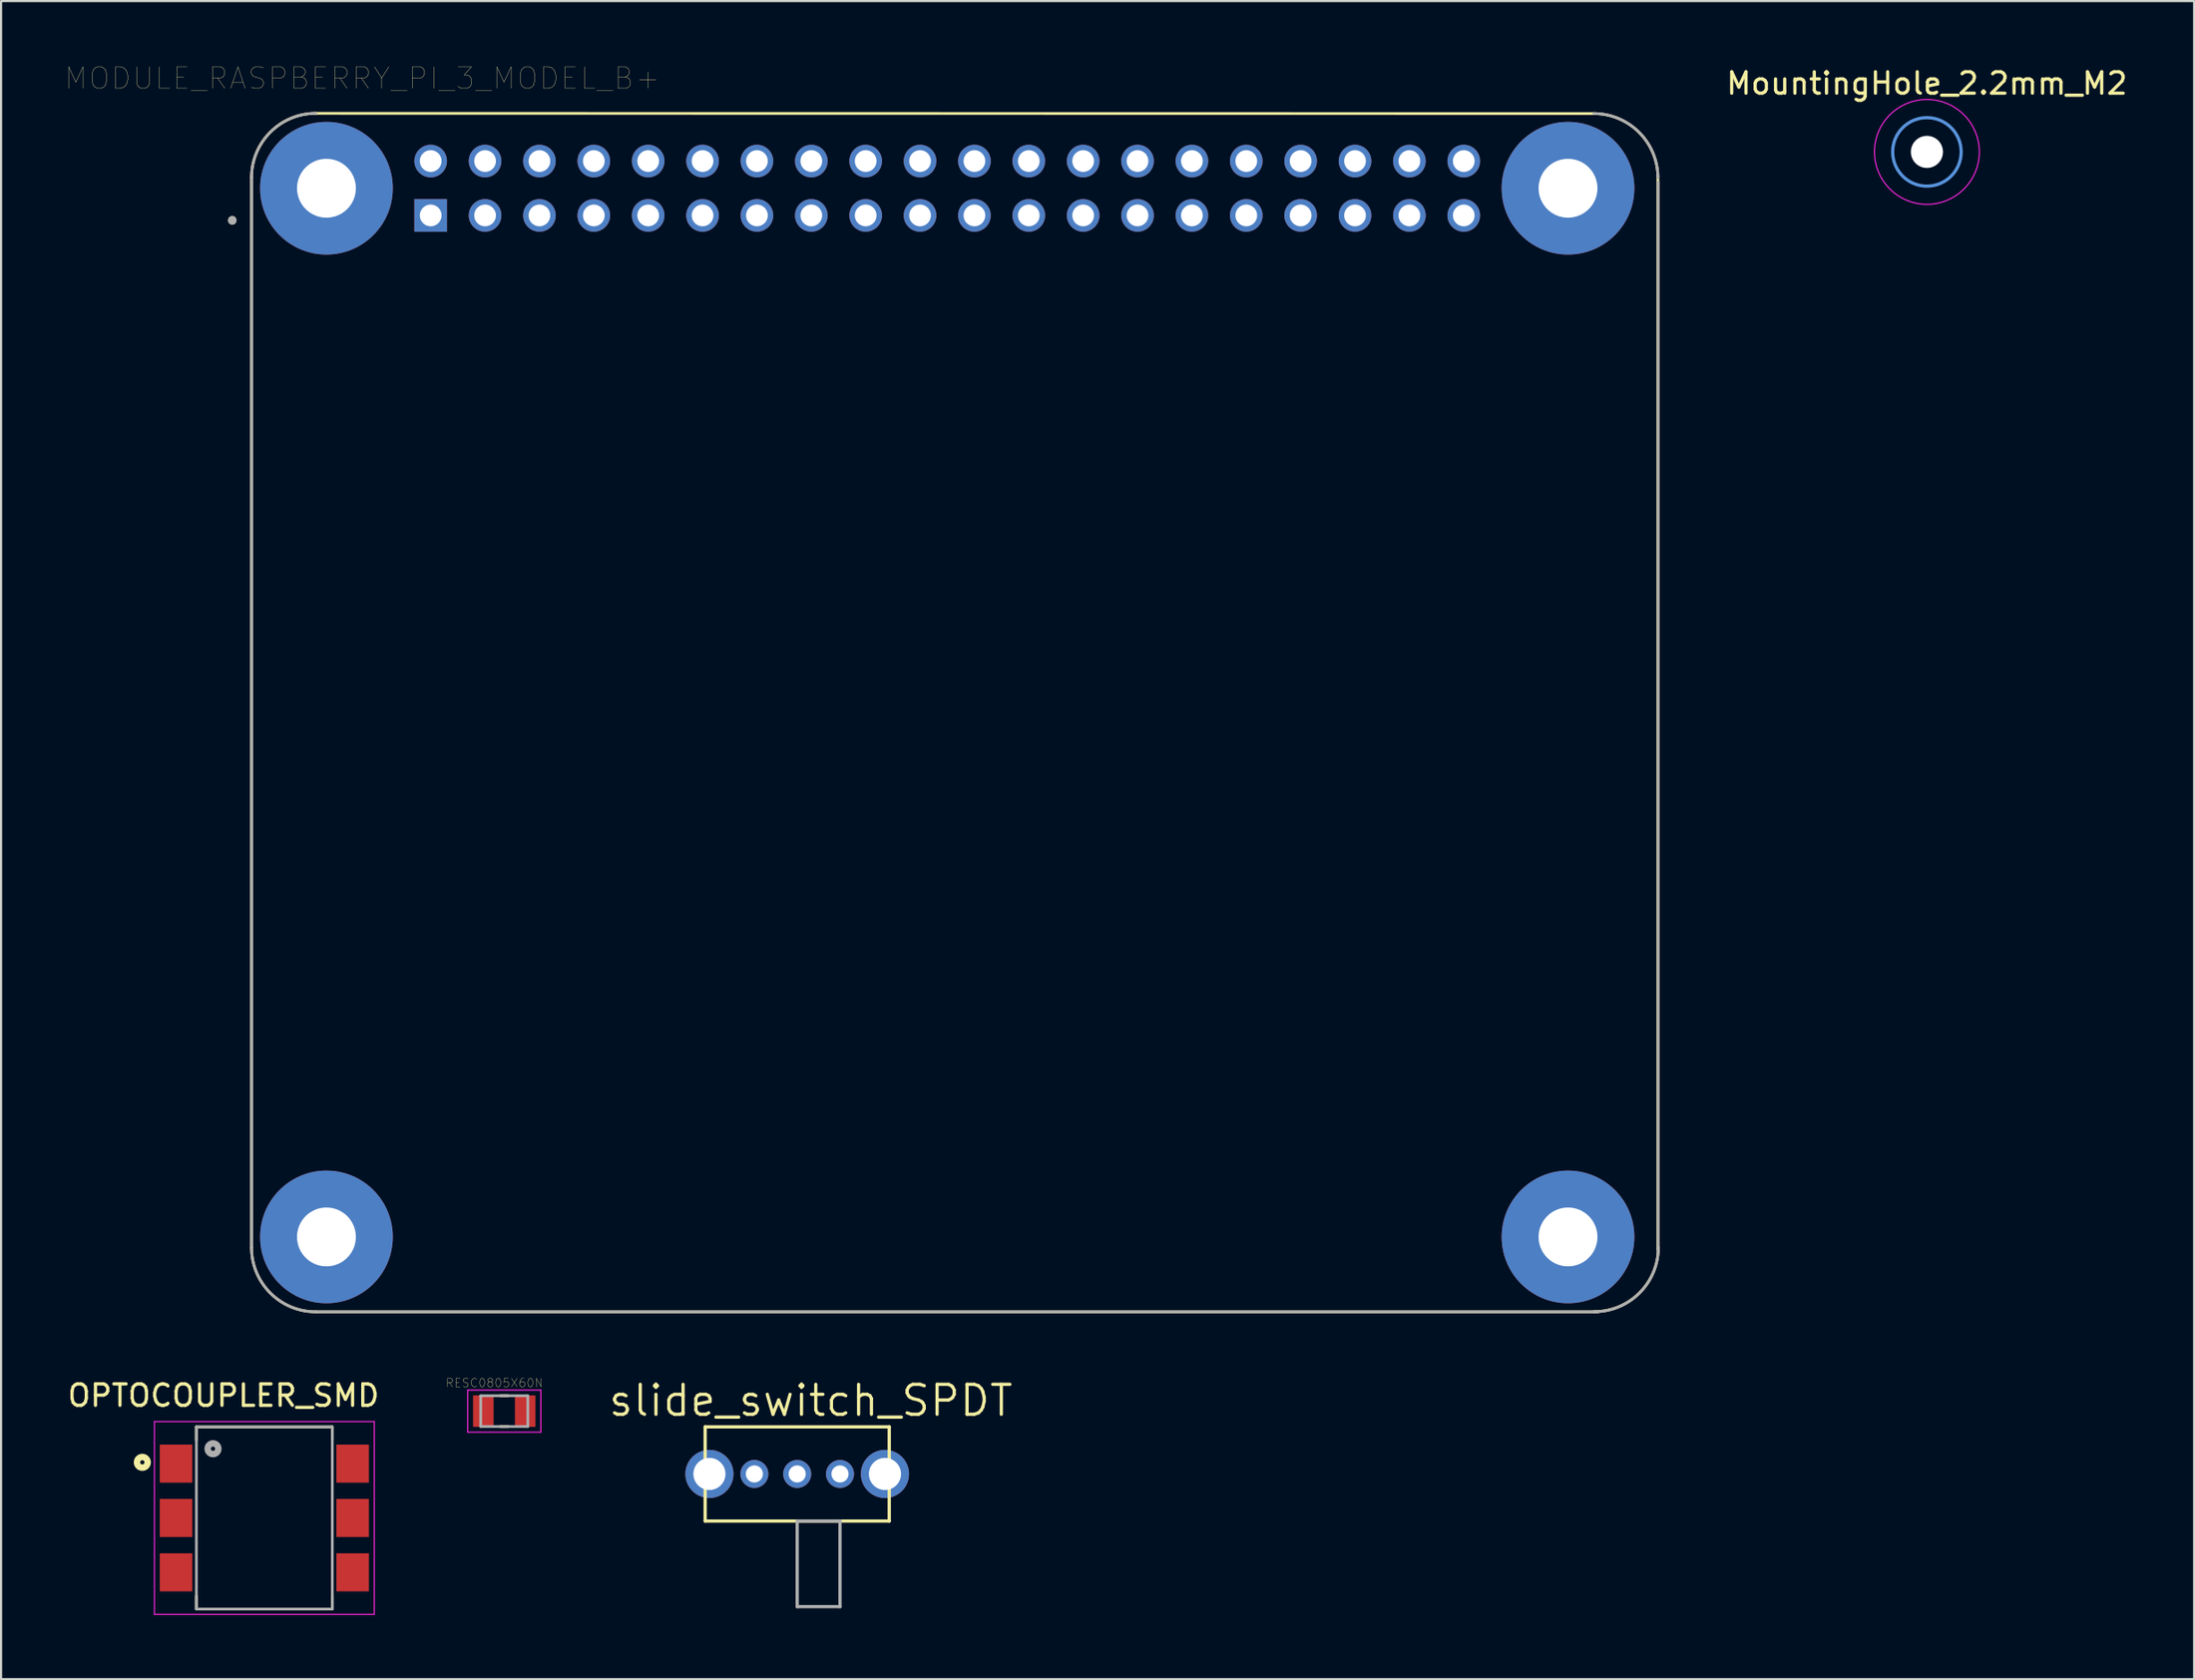
<source format=kicad_pcb>
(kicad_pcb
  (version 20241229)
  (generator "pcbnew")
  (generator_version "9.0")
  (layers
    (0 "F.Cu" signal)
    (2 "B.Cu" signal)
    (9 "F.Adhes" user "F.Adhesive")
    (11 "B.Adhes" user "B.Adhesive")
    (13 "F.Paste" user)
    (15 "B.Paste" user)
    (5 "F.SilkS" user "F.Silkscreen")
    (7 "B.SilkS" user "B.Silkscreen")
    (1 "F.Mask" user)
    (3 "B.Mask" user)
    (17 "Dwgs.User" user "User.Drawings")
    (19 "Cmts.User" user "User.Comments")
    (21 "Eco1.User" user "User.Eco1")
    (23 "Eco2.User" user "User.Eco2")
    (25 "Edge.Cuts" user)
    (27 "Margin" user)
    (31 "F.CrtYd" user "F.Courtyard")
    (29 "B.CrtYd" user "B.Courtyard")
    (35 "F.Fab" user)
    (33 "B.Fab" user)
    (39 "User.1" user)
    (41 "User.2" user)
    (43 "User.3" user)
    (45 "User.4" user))
  (footprint "MODULE_RASPBERRY_PI_3_MODEL_B+"
    (layer "F.Cu")
    (at 51.2 30.246)
    (property "Reference" "MODULE_RASPBERRY_PI_3_MODEL_B+" (at -37.325 -29.635 0) (layer "F.SilkS") (effects (font (size 1 1) (thickness 0.015))))
    (attr through_hole)
    (fp_line (start -42.5 -25) (end -42.5 25) (stroke (width 0.127) (type solid)) (layer "F.SilkS"))
    (fp_line (start -39.5 28) (end 20.38 28) (stroke (width 0.127) (type solid)) (layer "F.SilkS"))
    (fp_line (start 20.24 -27.99) (end -39.5 -28) (stroke (width 0.127) (type solid)) (layer "F.SilkS"))
    (fp_line (start 23.2 25.08) (end 23.2 -24.92) (stroke (width 0.127) (type solid)) (layer "F.SilkS"))
    (fp_arc (start -42.5 -25) (mid -41.62132 -27.12132) (end -39.5 -28) (stroke (width 0.127) (type solid)) (layer "F.SilkS"))
    (fp_arc (start -39.5 28) (mid -41.62132 27.12132) (end -42.5 25) (stroke (width 0.127) (type solid)) (layer "F.SilkS"))
    (fp_arc (start 20.2 -27.99) (mid 22.32132 -27.11132) (end 23.2 -24.99) (stroke (width 0.127) (type solid)) (layer "F.SilkS"))
    (fp_arc (start 23.22 24.99) (mid 22.34132 27.11132) (end 20.22 27.99) (stroke (width 0.127) (type solid)) (layer "F.SilkS"))
    (fp_circle (center -43.4 -23) (end -43.3 -23) (stroke (width 0.2) (type solid)) (fill no) (layer "F.SilkS"))
    (fp_line (start -42.5 -25) (end -42.5 25) (stroke (width 0.127) (type solid)) (layer "F.Fab"))
    (fp_line (start -39.5 28) (end 20.41 28) (stroke (width 0.127) (type solid)) (layer "F.Fab"))
    (fp_line (start 23.21 25.21) (end 23.21 -24.79) (stroke (width 0.127) (type solid)) (layer "F.Fab"))
    (fp_arc (start -42.5 -25) (mid -41.62132 -27.12132) (end -39.5 -28) (stroke (width 0.127) (type solid)) (layer "F.Fab"))
    (fp_arc (start -39.5 28) (mid -41.62132 27.12132) (end -42.5 25) (stroke (width 0.127) (type solid)) (layer "F.Fab"))
    (fp_arc (start 20.2 -27.99) (mid 22.32132 -27.11132) (end 23.2 -24.99) (stroke (width 0.127) (type solid)) (layer "F.Fab"))
    (fp_arc (start 23.22 25) (mid 22.34132 27.12132) (end 20.22 28) (stroke (width 0.127) (type solid)) (layer "F.Fab"))
    (fp_circle (center -43.4 -23) (end -43.3 -23) (stroke (width 0.2) (type solid)) (fill no) (layer "F.Fab"))
    (pad "1" thru_hole rect (at -34.13 -23.23) (size 1.524 1.524) (drill 1.016) (layers "*.Cu" "*.Mask"))
    (pad "2" thru_hole circle (at -34.13 -25.77) (size 1.524 1.524) (drill 1.016) (layers "*.Cu" "*.Mask"))
    (pad "3" thru_hole circle (at -31.59 -23.23) (size 1.524 1.524) (drill 1.016) (layers "*.Cu" "*.Mask"))
    (pad "4" thru_hole circle (at -31.59 -25.77) (size 1.524 1.524) (drill 1.016) (layers "*.Cu" "*.Mask"))
    (pad "5" thru_hole circle (at -29.05 -23.23) (size 1.524 1.524) (drill 1.016) (layers "*.Cu" "*.Mask"))
    (pad "6" thru_hole circle (at -29.05 -25.77) (size 1.524 1.524) (drill 1.016) (layers "*.Cu" "*.Mask"))
    (pad "7" thru_hole circle (at -26.51 -23.23) (size 1.524 1.524) (drill 1.016) (layers "*.Cu" "*.Mask"))
    (pad "8" thru_hole circle (at -26.51 -25.77) (size 1.524 1.524) (drill 1.016) (layers "*.Cu" "*.Mask"))
    (pad "9" thru_hole circle (at -23.97 -23.23) (size 1.524 1.524) (drill 1.016) (layers "*.Cu" "*.Mask"))
    (pad "10" thru_hole circle (at -23.97 -25.77) (size 1.524 1.524) (drill 1.016) (layers "*.Cu" "*.Mask"))
    (pad "11" thru_hole circle (at -21.43 -23.23) (size 1.524 1.524) (drill 1.016) (layers "*.Cu" "*.Mask"))
    (pad "12" thru_hole circle (at -21.43 -25.77) (size 1.524 1.524) (drill 1.016) (layers "*.Cu" "*.Mask"))
    (pad "13" thru_hole circle (at -18.89 -23.23) (size 1.524 1.524) (drill 1.016) (layers "*.Cu" "*.Mask"))
    (pad "14" thru_hole circle (at -18.89 -25.77) (size 1.524 1.524) (drill 1.016) (layers "*.Cu" "*.Mask"))
    (pad "15" thru_hole circle (at -16.35 -23.23) (size 1.524 1.524) (drill 1.016) (layers "*.Cu" "*.Mask"))
    (pad "16" thru_hole circle (at -16.35 -25.77) (size 1.524 1.524) (drill 1.016) (layers "*.Cu" "*.Mask"))
    (pad "17" thru_hole circle (at -13.81 -23.23) (size 1.524 1.524) (drill 1.016) (layers "*.Cu" "*.Mask"))
    (pad "18" thru_hole circle (at -13.81 -25.77) (size 1.524 1.524) (drill 1.016) (layers "*.Cu" "*.Mask"))
    (pad "19" thru_hole circle (at -11.27 -23.23) (size 1.524 1.524) (drill 1.016) (layers "*.Cu" "*.Mask"))
    (pad "20" thru_hole circle (at -11.27 -25.77) (size 1.524 1.524) (drill 1.016) (layers "*.Cu" "*.Mask"))
    (pad "21" thru_hole circle (at -8.73 -23.23) (size 1.524 1.524) (drill 1.016) (layers "*.Cu" "*.Mask"))
    (pad "22" thru_hole circle (at -8.73 -25.77) (size 1.524 1.524) (drill 1.016) (layers "*.Cu" "*.Mask"))
    (pad "23" thru_hole circle (at -6.19 -23.23) (size 1.524 1.524) (drill 1.016) (layers "*.Cu" "*.Mask"))
    (pad "24" thru_hole circle (at -6.19 -25.77) (size 1.524 1.524) (drill 1.016) (layers "*.Cu" "*.Mask"))
    (pad "25" thru_hole circle (at -3.65 -23.23) (size 1.524 1.524) (drill 1.016) (layers "*.Cu" "*.Mask"))
    (pad "26" thru_hole circle (at -3.65 -25.77) (size 1.524 1.524) (drill 1.016) (layers "*.Cu" "*.Mask"))
    (pad "27" thru_hole circle (at -1.11 -23.23) (size 1.524 1.524) (drill 1.016) (layers "*.Cu" "*.Mask"))
    (pad "28" thru_hole circle (at -1.11 -25.77) (size 1.524 1.524) (drill 1.016) (layers "*.Cu" "*.Mask"))
    (pad "29" thru_hole circle (at 1.43 -23.23) (size 1.524 1.524) (drill 1.016) (layers "*.Cu" "*.Mask"))
    (pad "30" thru_hole circle (at 1.43 -25.77) (size 1.524 1.524) (drill 1.016) (layers "*.Cu" "*.Mask"))
    (pad "31" thru_hole circle (at 3.97 -23.23) (size 1.524 1.524) (drill 1.016) (layers "*.Cu" "*.Mask"))
    (pad "32" thru_hole circle (at 3.97 -25.77) (size 1.524 1.524) (drill 1.016) (layers "*.Cu" "*.Mask"))
    (pad "33" thru_hole circle (at 6.51 -23.23) (size 1.524 1.524) (drill 1.016) (layers "*.Cu" "*.Mask"))
    (pad "34" thru_hole circle (at 6.51 -25.77) (size 1.524 1.524) (drill 1.016) (layers "*.Cu" "*.Mask"))
    (pad "35" thru_hole circle (at 9.05 -23.23) (size 1.524 1.524) (drill 1.016) (layers "*.Cu" "*.Mask"))
    (pad "36" thru_hole circle (at 9.05 -25.77) (size 1.524 1.524) (drill 1.016) (layers "*.Cu" "*.Mask"))
    (pad "37" thru_hole circle (at 11.59 -23.23) (size 1.524 1.524) (drill 1.016) (layers "*.Cu" "*.Mask"))
    (pad "38" thru_hole circle (at 11.59 -25.77) (size 1.524 1.524) (drill 1.016) (layers "*.Cu" "*.Mask"))
    (pad "39" thru_hole circle (at 14.13 -23.23) (size 1.524 1.524) (drill 1.016) (layers "*.Cu" "*.Mask"))
    (pad "40" thru_hole circle (at 14.13 -25.77) (size 1.524 1.524) (drill 1.016) (layers "*.Cu" "*.Mask"))
    (pad "S1" thru_hole circle (at -39 -24.5) (size 6.2 6.2) (drill 2.75) (layers "*.Cu" "*.Mask"))
    (pad "S2" thru_hole circle (at 19 -24.5) (size 6.2 6.2) (drill 2.75) (layers "*.Cu" "*.Mask"))
    (pad "S3" thru_hole circle (at 19 24.5) (size 6.2 6.2) (drill 2.75) (layers "*.Cu" "*.Mask"))
    (pad "S4" thru_hole circle (at -39 24.5) (size 6.2 6.2) (drill 2.75) (layers "*.Cu" "*.Mask")))
  (footprint "MountingHole_2.2mm_M2"
    (layer "F.Cu")
    (at 86.966 4.048)
    (property "Reference" "MountingHole_2.2mm_M2" (at 0 -3.2 0) (layer "F.SilkS") (effects (font (size 1 1) (thickness 0.15))))
    (attr exclude_from_pos_files exclude_from_bom)
    (fp_circle (center 0 0) (end 1.6 0) (stroke (width 0.15) (type solid)) (fill no) (layer "Cmts.User"))
    (fp_circle (center 0 0) (end 2.45 0) (stroke (width 0.05) (type solid)) (fill no) (layer "F.CrtYd"))
    (pad "" np_thru_hole circle (at 0 0) (size 1.5 1.5) (drill 1.5) (layers "*.Cu" "*.Mask")))
  (footprint "RESC0805X60N"
    (layer "F.Cu")
    (at 20.507 62.886)
    (property "Reference" "RESC0805X60N" (at -0.46 -1.32 0) (layer "F.SilkS") (effects (font (size 0.394 0.394) (thickness 0.015))))
    (attr through_hole)
    (fp_line (start -0.18 -0.72) (end 0.18 -0.72) (stroke (width 0.127) (type solid)) (layer "F.SilkS"))
    (fp_line (start -0.18 0.72) (end 0.18 0.72) (stroke (width 0.127) (type solid)) (layer "F.SilkS"))
    (fp_line (start -1.708 -0.983) (end 1.708 -0.983) (stroke (width 0.05) (type solid)) (layer "F.CrtYd"))
    (fp_line (start -1.708 0.983) (end -1.708 -0.983) (stroke (width 0.05) (type solid)) (layer "F.CrtYd"))
    (fp_line (start -1.708 0.983) (end 1.708 0.983) (stroke (width 0.05) (type solid)) (layer "F.CrtYd"))
    (fp_line (start 1.708 0.983) (end 1.708 -0.983) (stroke (width 0.05) (type solid)) (layer "F.CrtYd"))
    (fp_line (start -1.1 0.72) (end -1.1 -0.72) (stroke (width 0.127) (type solid)) (layer "F.Fab"))
    (fp_line (start 1.1 -0.72) (end -1.1 -0.72) (stroke (width 0.127) (type solid)) (layer "F.Fab"))
    (fp_line (start 1.1 0.72) (end -1.1 0.72) (stroke (width 0.127) (type solid)) (layer "F.Fab"))
    (fp_line (start 1.1 0.72) (end 1.1 -0.72) (stroke (width 0.127) (type solid)) (layer "F.Fab"))
    (pad "1" smd rect (at -0.978 0) (size 0.96 1.47) (layers "F.Cu" "F.Mask" "F.Paste"))
    (pad "2" smd rect (at 0.978 0) (size 0.96 1.47) (layers "F.Cu" "F.Mask" "F.Paste")))
  (footprint "slide_switch_SPDT"
    (layer "F.Cu")
    (at 34.191 65.821)
    (property "Reference" "slide_switch_SPDT" (at 0.635 -3.429 0) (layer "F.SilkS") (effects (font (size 1.4 1.4) (thickness 0.15))))
    (attr through_hole)
    (fp_line (start -4.3 -2.2) (end -4.3 2.2) (stroke (width 0.152) (type solid)) (layer "F.SilkS"))
    (fp_line (start -4.3 2.2) (end 4.3 2.2) (stroke (width 0.152) (type solid)) (layer "F.SilkS"))
    (fp_line (start 4.3 -2.2) (end -4.3 -2.2) (stroke (width 0.152) (type solid)) (layer "F.SilkS"))
    (fp_line (start 4.3 2.2) (end 4.3 -2.2) (stroke (width 0.152) (type solid)) (layer "F.SilkS"))
    (fp_line (start 0 2.2) (end 0 6.2) (stroke (width 0.152) (type solid)) (layer "F.Fab"))
    (fp_line (start 0 2.2) (end 2 2.2) (stroke (width 0.152) (type solid)) (layer "F.Fab"))
    (fp_line (start 0 6.2) (end 2 6.2) (stroke (width 0.152) (type solid)) (layer "F.Fab"))
    (fp_line (start 2 6.2) (end 2 2.2) (stroke (width 0.152) (type solid)) (layer "F.Fab"))
    (pad "1" thru_hole circle (at -2 0) (size 1.308 1.308) (drill 0.8) (layers "*.Cu" "*.Mask"))
    (pad "2" thru_hole circle (at 0 0) (size 1.308 1.308) (drill 0.8) (layers "*.Cu" "*.Mask"))
    (pad "3" thru_hole circle (at 2 0) (size 1.308 1.308) (drill 0.8) (layers "*.Cu" "*.Mask"))
    (pad "NC@1" thru_hole circle (at -4.1 0) (size 2.25 2.25) (drill 1.5) (layers "*.Cu" "*.Mask"))
    (pad "NC@2" thru_hole circle (at 4.1 0) (size 2.25 2.25) (drill 1.5) (layers "*.Cu" "*.Mask")))
  (footprint "OPTOCOUPLER_SMD"
    (layer "F.Cu")
    (at 9.299 67.878)
    (property "Reference" "OPTOCOUPLER_SMD" (at -1.907 -5.72 0) (layer "F.SilkS") (effects (font (size 1.001 1.001) (thickness 0.15))))
    (attr through_hole)
    (fp_line (start -3.175 -4.255) (end -3.175 -3.65) (stroke (width 0.127) (type solid)) (layer "F.SilkS"))
    (fp_line (start -3.175 4.25) (end -3.175 3.65) (stroke (width 0.127) (type solid)) (layer "F.SilkS"))
    (fp_line (start -3.15 4.255) (end 3.15 4.255) (stroke (width 0.127) (type solid)) (layer "F.SilkS"))
    (fp_line (start 3.175 -4.255) (end -3.175 -4.255) (stroke (width 0.127) (type solid)) (layer "F.SilkS"))
    (fp_line (start 3.175 -3.65) (end 3.175 -4.255) (stroke (width 0.127) (type solid)) (layer "F.SilkS"))
    (fp_line (start 3.175 4.25) (end 3.175 3.65) (stroke (width 0.127) (type solid)) (layer "F.SilkS"))
    (fp_circle (center -5.7 -2.6) (end -5.6 -2.6) (stroke (width 0.3) (type solid)) (fill no) (layer "F.SilkS"))
    (fp_line (start -5.135 -4.505) (end 5.135 -4.505) (stroke (width 0.05) (type solid)) (layer "F.CrtYd"))
    (fp_line (start -5.135 4.505) (end -5.135 -4.505) (stroke (width 0.05) (type solid)) (layer "F.CrtYd"))
    (fp_line (start 5.135 -4.505) (end 5.135 4.505) (stroke (width 0.05) (type solid)) (layer "F.CrtYd"))
    (fp_line (start 5.135 4.505) (end -5.135 4.505) (stroke (width 0.05) (type solid)) (layer "F.CrtYd"))
    (fp_line (start -3.175 -4.255) (end 3.175 -4.255) (stroke (width 0.127) (type solid)) (layer "F.Fab"))
    (fp_line (start -3.175 4.255) (end -3.175 -4.255) (stroke (width 0.127) (type solid)) (layer "F.Fab"))
    (fp_line (start 3.175 -4.255) (end 3.175 4.255) (stroke (width 0.127) (type solid)) (layer "F.Fab"))
    (fp_line (start 3.175 4.255) (end -3.175 4.255) (stroke (width 0.127) (type solid)) (layer "F.Fab"))
    (fp_circle (center -2.398 -3.235) (end -2.298 -3.235) (stroke (width 0.3) (type solid)) (fill no) (layer "F.Fab"))
    (pad "1" smd rect (at -4.125 -2.54) (size 1.52 1.78) (layers "F.Cu" "F.Mask" "F.Paste"))
    (pad "2" smd rect (at -4.125 0) (size 1.52 1.78) (layers "F.Cu" "F.Mask" "F.Paste"))
    (pad "3" smd rect (at -4.125 2.54) (size 1.52 1.78) (layers "F.Cu" "F.Mask" "F.Paste"))
    (pad "4" smd rect (at 4.125 2.54) (size 1.52 1.78) (layers "F.Cu" "F.Mask" "F.Paste"))
    (pad "5" smd rect (at 4.125 0) (size 1.52 1.78) (layers "F.Cu" "F.Mask" "F.Paste"))
    (pad "6" smd rect (at 4.125 -2.54) (size 1.52 1.78) (layers "F.Cu" "F.Mask" "F.Paste")))
  (gr_rect
    (start -3 -3)
    (end 99.448 75.408)
    (stroke (width 0.1) (type default))
    (fill no)
    (layer "Edge.Cuts")))
</source>
